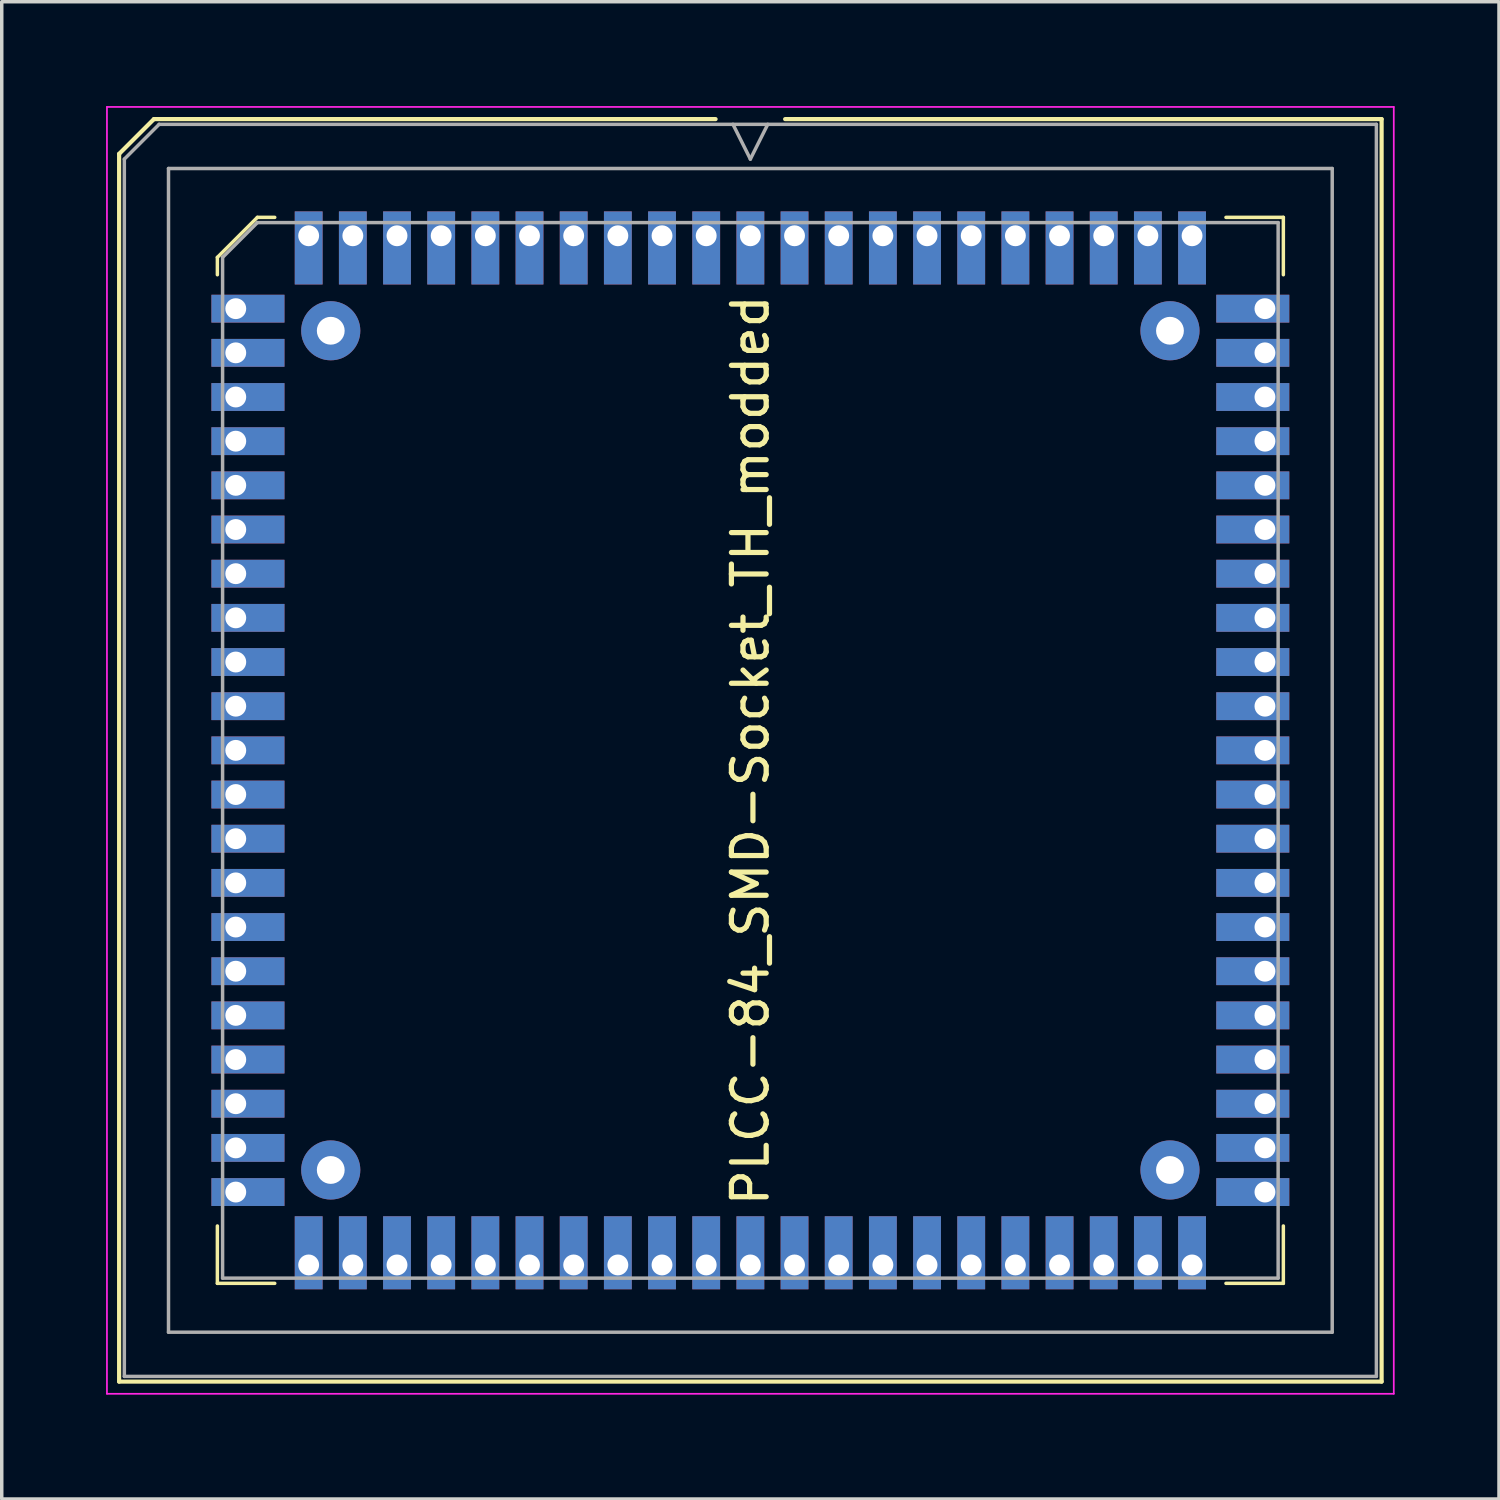
<source format=kicad_pcb>
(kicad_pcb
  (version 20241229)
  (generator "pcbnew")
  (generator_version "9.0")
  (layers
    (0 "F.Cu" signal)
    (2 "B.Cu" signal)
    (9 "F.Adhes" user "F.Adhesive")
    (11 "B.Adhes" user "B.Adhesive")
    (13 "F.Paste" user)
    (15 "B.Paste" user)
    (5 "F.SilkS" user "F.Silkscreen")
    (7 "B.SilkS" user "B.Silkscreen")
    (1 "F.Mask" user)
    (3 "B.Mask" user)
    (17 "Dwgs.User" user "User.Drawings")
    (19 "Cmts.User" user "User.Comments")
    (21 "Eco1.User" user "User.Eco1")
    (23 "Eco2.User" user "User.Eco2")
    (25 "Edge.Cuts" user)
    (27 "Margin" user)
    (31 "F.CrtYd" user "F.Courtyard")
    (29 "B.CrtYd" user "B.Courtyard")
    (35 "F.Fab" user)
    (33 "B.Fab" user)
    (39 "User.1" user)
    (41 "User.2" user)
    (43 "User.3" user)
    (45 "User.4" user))
  (footprint "PLCC-84_SMD-Socket_TH_modded"
    (layer "F.Cu")
    (at 18.525 18.525)
    (property "Reference" "PLCC-84_SMD-Socket_TH_modded" (at 0 0 90) (unlocked yes) (layer "F.SilkS") (effects (font (size 1 1) (thickness 0.15))))
    (attr smd)
    (fp_line (start -18.15 -17.15) (end -18.15 18.15) (stroke (width 0.12) (type solid)) (layer "F.SilkS"))
    (fp_line (start -18.15 18.15) (end 18.15 18.15) (stroke (width 0.12) (type solid)) (layer "F.SilkS"))
    (fp_line (start -17.15 -18.15) (end -18.15 -17.15) (stroke (width 0.12) (type solid)) (layer "F.SilkS"))
    (fp_line (start -15.325 -14.175) (end -15.325 -13.675) (stroke (width 0.1) (type solid)) (layer "F.SilkS"))
    (fp_line (start -15.325 15.325) (end -15.325 13.675) (stroke (width 0.1) (type solid)) (layer "F.SilkS"))
    (fp_line (start -14.175 -15.325) (end -15.325 -14.175) (stroke (width 0.1) (type solid)) (layer "F.SilkS"))
    (fp_line (start -13.675 -15.325) (end -14.175 -15.325) (stroke (width 0.1) (type solid)) (layer "F.SilkS"))
    (fp_line (start -13.675 15.325) (end -15.325 15.325) (stroke (width 0.1) (type solid)) (layer "F.SilkS"))
    (fp_line (start -1 -18.15) (end -17.15 -18.15) (stroke (width 0.12) (type solid)) (layer "F.SilkS"))
    (fp_line (start 13.675 -15.325) (end 15.325 -15.325) (stroke (width 0.1) (type solid)) (layer "F.SilkS"))
    (fp_line (start 13.675 15.325) (end 15.325 15.325) (stroke (width 0.1) (type solid)) (layer "F.SilkS"))
    (fp_line (start 15.325 -15.325) (end 15.325 -13.675) (stroke (width 0.1) (type solid)) (layer "F.SilkS"))
    (fp_line (start 15.325 15.325) (end 15.325 13.675) (stroke (width 0.1) (type solid)) (layer "F.SilkS"))
    (fp_line (start 18.15 -18.15) (end 1 -18.15) (stroke (width 0.12) (type solid)) (layer "F.SilkS"))
    (fp_line (start 18.15 18.15) (end 18.15 -18.15) (stroke (width 0.12) (type solid)) (layer "F.SilkS"))
    (fp_line (start -18.5 -18.5) (end -18.5 18.5) (stroke (width 0.05) (type solid)) (layer "F.CrtYd"))
    (fp_line (start -18.5 18.5) (end 18.5 18.5) (stroke (width 0.05) (type solid)) (layer "F.CrtYd"))
    (fp_line (start 18.5 -18.5) (end -18.5 -18.5) (stroke (width 0.05) (type solid)) (layer "F.CrtYd"))
    (fp_line (start 18.5 18.5) (end 18.5 -18.5) (stroke (width 0.05) (type solid)) (layer "F.CrtYd"))
    (fp_line (start -18 -17) (end -18 18) (stroke (width 0.1) (type solid)) (layer "F.Fab"))
    (fp_line (start -18 18) (end 18 18) (stroke (width 0.1) (type solid)) (layer "F.Fab"))
    (fp_line (start -17 -18) (end -18 -17) (stroke (width 0.1) (type solid)) (layer "F.Fab"))
    (fp_line (start -16.73 -16.73) (end -16.73 16.73) (stroke (width 0.1) (type solid)) (layer "F.Fab"))
    (fp_line (start -16.73 16.73) (end 16.73 16.73) (stroke (width 0.1) (type solid)) (layer "F.Fab"))
    (fp_line (start -15.175 -14.175) (end -15.175 15.175) (stroke (width 0.1) (type solid)) (layer "F.Fab"))
    (fp_line (start -15.175 15.175) (end 15.175 15.175) (stroke (width 0.1) (type solid)) (layer "F.Fab"))
    (fp_line (start -14.175 -15.175) (end -15.175 -14.175) (stroke (width 0.1) (type solid)) (layer "F.Fab"))
    (fp_line (start -0.5 -18) (end 0 -17) (stroke (width 0.1) (type solid)) (layer "F.Fab"))
    (fp_line (start 0 -17) (end 0.5 -18) (stroke (width 0.1) (type solid)) (layer "F.Fab"))
    (fp_line (start 15.175 -15.175) (end -14.175 -15.175) (stroke (width 0.1) (type solid)) (layer "F.Fab"))
    (fp_line (start 15.175 15.175) (end 15.175 -15.175) (stroke (width 0.1) (type solid)) (layer "F.Fab"))
    (fp_line (start 16.73 -16.73) (end -16.73 -16.73) (stroke (width 0.1) (type solid)) (layer "F.Fab"))
    (fp_line (start 16.73 16.73) (end 16.73 -16.73) (stroke (width 0.1) (type solid)) (layer "F.Fab"))
    (fp_line (start 18 -18) (end -17 -18) (stroke (width 0.1) (type solid)) (layer "F.Fab"))
    (fp_line (start 18 18) (end 18 -18) (stroke (width 0.1) (type solid)) (layer "F.Fab"))
    (pad "" thru_hole oval (at -12.065 -12.065) (size 1.7 1.7) (drill 0.8) (layers "*.Cu" "*.Mask"))
    (pad "" thru_hole oval (at -12.065 12.065) (size 1.7 1.7) (drill 0.8) (layers "*.Cu" "*.Mask"))
    (pad "" thru_hole oval (at 12.065 -12.065) (size 1.7 1.7) (drill 0.8) (layers "*.Cu" "*.Mask"))
    (pad "" thru_hole oval (at 12.065 12.065) (size 1.7 1.7) (drill 0.8) (layers "*.Cu" "*.Mask"))
    (pad "1" thru_hole rect (at 0 -14.796) (size 0.8 2.1) (drill 0.6 (offset 0 0.35)) (layers "*.Cu" "*.Mask"))
    (pad "2" thru_hole rect (at -1.27 -14.796) (size 0.8 2.1) (drill 0.6 (offset 0 0.35)) (layers "*.Cu" "*.Mask"))
    (pad "3" thru_hole rect (at -2.54 -14.796) (size 0.8 2.1) (drill 0.6 (offset 0 0.35)) (layers "*.Cu" "*.Mask"))
    (pad "4" thru_hole rect (at -3.81 -14.796) (size 0.8 2.1) (drill 0.6 (offset 0 0.35)) (layers "*.Cu" "*.Mask"))
    (pad "5" thru_hole rect (at -5.08 -14.796) (size 0.8 2.1) (drill 0.6 (offset 0 0.35)) (layers "*.Cu" "*.Mask"))
    (pad "6" thru_hole rect (at -6.35 -14.796) (size 0.8 2.1) (drill 0.6 (offset 0 0.35)) (layers "*.Cu" "*.Mask"))
    (pad "7" thru_hole rect (at -7.62 -14.796) (size 0.8 2.1) (drill 0.6 (offset 0 0.35)) (layers "*.Cu" "*.Mask"))
    (pad "8" thru_hole rect (at -8.89 -14.796) (size 0.8 2.1) (drill 0.6 (offset 0 0.35)) (layers "*.Cu" "*.Mask"))
    (pad "9" thru_hole rect (at -10.16 -14.796) (size 0.8 2.1) (drill 0.6 (offset 0 0.35)) (layers "*.Cu" "*.Mask"))
    (pad "10" thru_hole rect (at -11.43 -14.796) (size 0.8 2.1) (drill 0.6 (offset 0 0.35)) (layers "*.Cu" "*.Mask"))
    (pad "11" thru_hole rect (at -12.7 -14.796) (size 0.8 2.1) (drill 0.6 (offset 0 0.35)) (layers "*.Cu" "*.Mask"))
    (pad "12" thru_hole rect (at -14.796 -12.7) (size 2.1 0.8) (drill 0.6 (offset 0.35 0)) (layers "*.Cu" "*.Mask"))
    (pad "13" thru_hole rect (at -14.796 -11.43) (size 2.1 0.8) (drill 0.6 (offset 0.35 0)) (layers "*.Cu" "*.Mask"))
    (pad "14" thru_hole rect (at -14.796 -10.16) (size 2.1 0.8) (drill 0.6 (offset 0.35 0)) (layers "*.Cu" "*.Mask"))
    (pad "15" thru_hole rect (at -14.796 -8.89) (size 2.1 0.8) (drill 0.6 (offset 0.35 0)) (layers "*.Cu" "*.Mask"))
    (pad "16" thru_hole rect (at -14.796 -7.62) (size 2.1 0.8) (drill 0.6 (offset 0.35 0)) (layers "*.Cu" "*.Mask"))
    (pad "17" thru_hole rect (at -14.796 -6.35) (size 2.1 0.8) (drill 0.6 (offset 0.35 0)) (layers "*.Cu" "*.Mask"))
    (pad "18" thru_hole rect (at -14.796 -5.08) (size 2.1 0.8) (drill 0.6 (offset 0.35 0)) (layers "*.Cu" "*.Mask"))
    (pad "19" thru_hole rect (at -14.796 -3.81) (size 2.1 0.8) (drill 0.6 (offset 0.35 0)) (layers "*.Cu" "*.Mask"))
    (pad "20" thru_hole rect (at -14.796 -2.54) (size 2.1 0.8) (drill 0.6 (offset 0.35 0)) (layers "*.Cu" "*.Mask"))
    (pad "21" thru_hole rect (at -14.796 -1.27) (size 2.1 0.8) (drill 0.6 (offset 0.35 0)) (layers "*.Cu" "*.Mask"))
    (pad "22" thru_hole rect (at -14.796 0) (size 2.1 0.8) (drill 0.6 (offset 0.35 0)) (layers "*.Cu" "*.Mask"))
    (pad "23" thru_hole rect (at -14.796 1.27) (size 2.1 0.8) (drill 0.6 (offset 0.35 0)) (layers "*.Cu" "*.Mask"))
    (pad "24" thru_hole rect (at -14.796 2.54) (size 2.1 0.8) (drill 0.6 (offset 0.35 0)) (layers "*.Cu" "*.Mask"))
    (pad "25" thru_hole rect (at -14.796 3.81) (size 2.1 0.8) (drill 0.6 (offset 0.35 0)) (layers "*.Cu" "*.Mask"))
    (pad "26" thru_hole rect (at -14.796 5.08) (size 2.1 0.8) (drill 0.6 (offset 0.35 0)) (layers "*.Cu" "*.Mask"))
    (pad "27" thru_hole rect (at -14.796 6.35) (size 2.1 0.8) (drill 0.6 (offset 0.35 0)) (layers "*.Cu" "*.Mask"))
    (pad "28" thru_hole rect (at -14.796 7.62) (size 2.1 0.8) (drill 0.6 (offset 0.35 0)) (layers "*.Cu" "*.Mask"))
    (pad "29" thru_hole rect (at -14.796 8.89) (size 2.1 0.8) (drill 0.6 (offset 0.35 0)) (layers "*.Cu" "*.Mask"))
    (pad "30" thru_hole rect (at -14.796 10.16) (size 2.1 0.8) (drill 0.6 (offset 0.35 0)) (layers "*.Cu" "*.Mask"))
    (pad "31" thru_hole rect (at -14.796 11.43) (size 2.1 0.8) (drill 0.6 (offset 0.35 0)) (layers "*.Cu" "*.Mask"))
    (pad "32" thru_hole rect (at -14.796 12.7) (size 2.1 0.8) (drill 0.6 (offset 0.35 0)) (layers "*.Cu" "*.Mask"))
    (pad "33" thru_hole rect (at -12.7 14.796) (size 0.8 2.1) (drill 0.6 (offset 0 -0.35)) (layers "*.Cu" "*.Mask"))
    (pad "34" thru_hole rect (at -11.43 14.796) (size 0.8 2.1) (drill 0.6 (offset 0 -0.35)) (layers "*.Cu" "*.Mask"))
    (pad "35" thru_hole rect (at -10.16 14.796) (size 0.8 2.1) (drill 0.6 (offset 0 -0.35)) (layers "*.Cu" "*.Mask"))
    (pad "36" thru_hole rect (at -8.89 14.796) (size 0.8 2.1) (drill 0.6 (offset 0 -0.35)) (layers "*.Cu" "*.Mask"))
    (pad "37" thru_hole rect (at -7.62 14.796) (size 0.8 2.1) (drill 0.6 (offset 0 -0.35)) (layers "*.Cu" "*.Mask"))
    (pad "38" thru_hole rect (at -6.35 14.796) (size 0.8 2.1) (drill 0.6 (offset 0 -0.35)) (layers "*.Cu" "*.Mask"))
    (pad "39" thru_hole rect (at -5.08 14.796) (size 0.8 2.1) (drill 0.6 (offset 0 -0.35)) (layers "*.Cu" "*.Mask"))
    (pad "40" thru_hole rect (at -3.81 14.796) (size 0.8 2.1) (drill 0.6 (offset 0 -0.35)) (layers "*.Cu" "*.Mask"))
    (pad "41" thru_hole rect (at -2.54 14.796) (size 0.8 2.1) (drill 0.6 (offset 0 -0.35)) (layers "*.Cu" "*.Mask"))
    (pad "42" thru_hole rect (at -1.27 14.796) (size 0.8 2.1) (drill 0.6 (offset 0 -0.35)) (layers "*.Cu" "*.Mask"))
    (pad "43" thru_hole rect (at 0 14.796) (size 0.8 2.1) (drill 0.6 (offset 0 -0.35)) (layers "*.Cu" "*.Mask"))
    (pad "44" thru_hole rect (at 1.27 14.796) (size 0.8 2.1) (drill 0.6 (offset 0 -0.35)) (layers "*.Cu" "*.Mask"))
    (pad "45" thru_hole rect (at 2.54 14.796) (size 0.8 2.1) (drill 0.6 (offset 0 -0.35)) (layers "*.Cu" "*.Mask"))
    (pad "46" thru_hole rect (at 3.81 14.796) (size 0.8 2.1) (drill 0.6 (offset 0 -0.35)) (layers "*.Cu" "*.Mask"))
    (pad "47" thru_hole rect (at 5.08 14.796) (size 0.8 2.1) (drill 0.6 (offset 0 -0.35)) (layers "*.Cu" "*.Mask"))
    (pad "48" thru_hole rect (at 6.35 14.796) (size 0.8 2.1) (drill 0.6 (offset 0 -0.35)) (layers "*.Cu" "*.Mask"))
    (pad "49" thru_hole rect (at 7.62 14.796) (size 0.8 2.1) (drill 0.6 (offset 0 -0.35)) (layers "*.Cu" "*.Mask"))
    (pad "50" thru_hole rect (at 8.89 14.796) (size 0.8 2.1) (drill 0.6 (offset 0 -0.35)) (layers "*.Cu" "*.Mask"))
    (pad "51" thru_hole rect (at 10.16 14.796) (size 0.8 2.1) (drill 0.6 (offset 0 -0.35)) (layers "*.Cu" "*.Mask"))
    (pad "52" thru_hole rect (at 11.43 14.796) (size 0.8 2.1) (drill 0.6 (offset 0 -0.35)) (layers "*.Cu" "*.Mask"))
    (pad "53" thru_hole rect (at 12.7 14.796) (size 0.8 2.1) (drill 0.6 (offset 0 -0.35)) (layers "*.Cu" "*.Mask"))
    (pad "54" thru_hole rect (at 14.796 12.7) (size 2.1 0.8) (drill 0.6 (offset -0.35 0)) (layers "*.Cu" "*.Mask"))
    (pad "55" thru_hole rect (at 14.796 11.43) (size 2.1 0.8) (drill 0.6 (offset -0.35 0)) (layers "*.Cu" "*.Mask"))
    (pad "56" thru_hole rect (at 14.796 10.16) (size 2.1 0.8) (drill 0.6 (offset -0.35 0)) (layers "*.Cu" "*.Mask"))
    (pad "57" thru_hole rect (at 14.796 8.89) (size 2.1 0.8) (drill 0.6 (offset -0.35 0)) (layers "*.Cu" "*.Mask"))
    (pad "58" thru_hole rect (at 14.796 7.62) (size 2.1 0.8) (drill 0.6 (offset -0.35 0)) (layers "*.Cu" "*.Mask"))
    (pad "59" thru_hole rect (at 14.796 6.35) (size 2.1 0.8) (drill 0.6 (offset -0.35 0)) (layers "*.Cu" "*.Mask"))
    (pad "60" thru_hole rect (at 14.796 5.08) (size 2.1 0.8) (drill 0.6 (offset -0.35 0)) (layers "*.Cu" "*.Mask"))
    (pad "61" thru_hole rect (at 14.796 3.81) (size 2.1 0.8) (drill 0.6 (offset -0.35 0)) (layers "*.Cu" "*.Mask"))
    (pad "62" thru_hole rect (at 14.796 2.54) (size 2.1 0.8) (drill 0.6 (offset -0.35 0)) (layers "*.Cu" "*.Mask"))
    (pad "63" thru_hole rect (at 14.796 1.27) (size 2.1 0.8) (drill 0.6 (offset -0.35 0)) (layers "*.Cu" "*.Mask"))
    (pad "64" thru_hole rect (at 14.796 0) (size 2.1 0.8) (drill 0.6 (offset -0.35 0)) (layers "*.Cu" "*.Mask"))
    (pad "65" thru_hole rect (at 14.796 -1.27) (size 2.1 0.8) (drill 0.6 (offset -0.35 0)) (layers "*.Cu" "*.Mask"))
    (pad "66" thru_hole rect (at 14.796 -2.54) (size 2.1 0.8) (drill 0.6 (offset -0.35 0)) (layers "*.Cu" "*.Mask"))
    (pad "67" thru_hole rect (at 14.796 -3.81) (size 2.1 0.8) (drill 0.6 (offset -0.35 0)) (layers "*.Cu" "*.Mask"))
    (pad "68" thru_hole rect (at 14.796 -5.08) (size 2.1 0.8) (drill 0.6 (offset -0.35 0)) (layers "*.Cu" "*.Mask"))
    (pad "69" thru_hole rect (at 14.796 -6.35) (size 2.1 0.8) (drill 0.6 (offset -0.35 0)) (layers "*.Cu" "*.Mask"))
    (pad "70" thru_hole rect (at 14.796 -7.62) (size 2.1 0.8) (drill 0.6 (offset -0.35 0)) (layers "*.Cu" "*.Mask"))
    (pad "71" thru_hole rect (at 14.796 -8.89) (size 2.1 0.8) (drill 0.6 (offset -0.35 0)) (layers "*.Cu" "*.Mask"))
    (pad "72" thru_hole rect (at 14.796 -10.16) (size 2.1 0.8) (drill 0.6 (offset -0.35 0)) (layers "*.Cu" "*.Mask"))
    (pad "73" thru_hole rect (at 14.796 -11.43) (size 2.1 0.8) (drill 0.6 (offset -0.35 0)) (layers "*.Cu" "*.Mask"))
    (pad "74" thru_hole rect (at 14.796 -12.7) (size 2.1 0.8) (drill 0.6 (offset -0.35 0)) (layers "*.Cu" "*.Mask"))
    (pad "75" thru_hole rect (at 12.7 -14.796) (size 0.8 2.1) (drill 0.6 (offset 0 0.35)) (layers "*.Cu" "*.Mask"))
    (pad "76" thru_hole rect (at 11.43 -14.796) (size 0.8 2.1) (drill 0.6 (offset 0 0.35)) (layers "*.Cu" "*.Mask"))
    (pad "77" thru_hole rect (at 10.16 -14.796) (size 0.8 2.1) (drill 0.6 (offset 0 0.35)) (layers "*.Cu" "*.Mask"))
    (pad "78" thru_hole rect (at 8.89 -14.796) (size 0.8 2.1) (drill 0.6 (offset 0 0.35)) (layers "*.Cu" "*.Mask"))
    (pad "79" thru_hole rect (at 7.62 -14.796) (size 0.8 2.1) (drill 0.6 (offset 0 0.35)) (layers "*.Cu" "*.Mask"))
    (pad "80" thru_hole rect (at 6.35 -14.796) (size 0.8 2.1) (drill 0.6 (offset 0 0.35)) (layers "*.Cu" "*.Mask"))
    (pad "81" thru_hole rect (at 5.08 -14.796) (size 0.8 2.1) (drill 0.6 (offset 0 0.35)) (layers "*.Cu" "*.Mask"))
    (pad "82" thru_hole rect (at 3.81 -14.796) (size 0.8 2.1) (drill 0.6 (offset 0 0.35)) (layers "*.Cu" "*.Mask"))
    (pad "83" thru_hole rect (at 2.54 -14.796) (size 0.8 2.1) (drill 0.6 (offset 0 0.35)) (layers "*.Cu" "*.Mask"))
    (pad "84" thru_hole rect (at 1.27 -14.796) (size 0.8 2.1) (drill 0.6 (offset 0 0.35)) (layers "*.Cu" "*.Mask")))
  (gr_rect
    (start -3 -3)
    (end 40.05 40.05)
    (stroke (width 0.1) (type default))
    (fill no)
    (layer "Edge.Cuts")))
</source>
